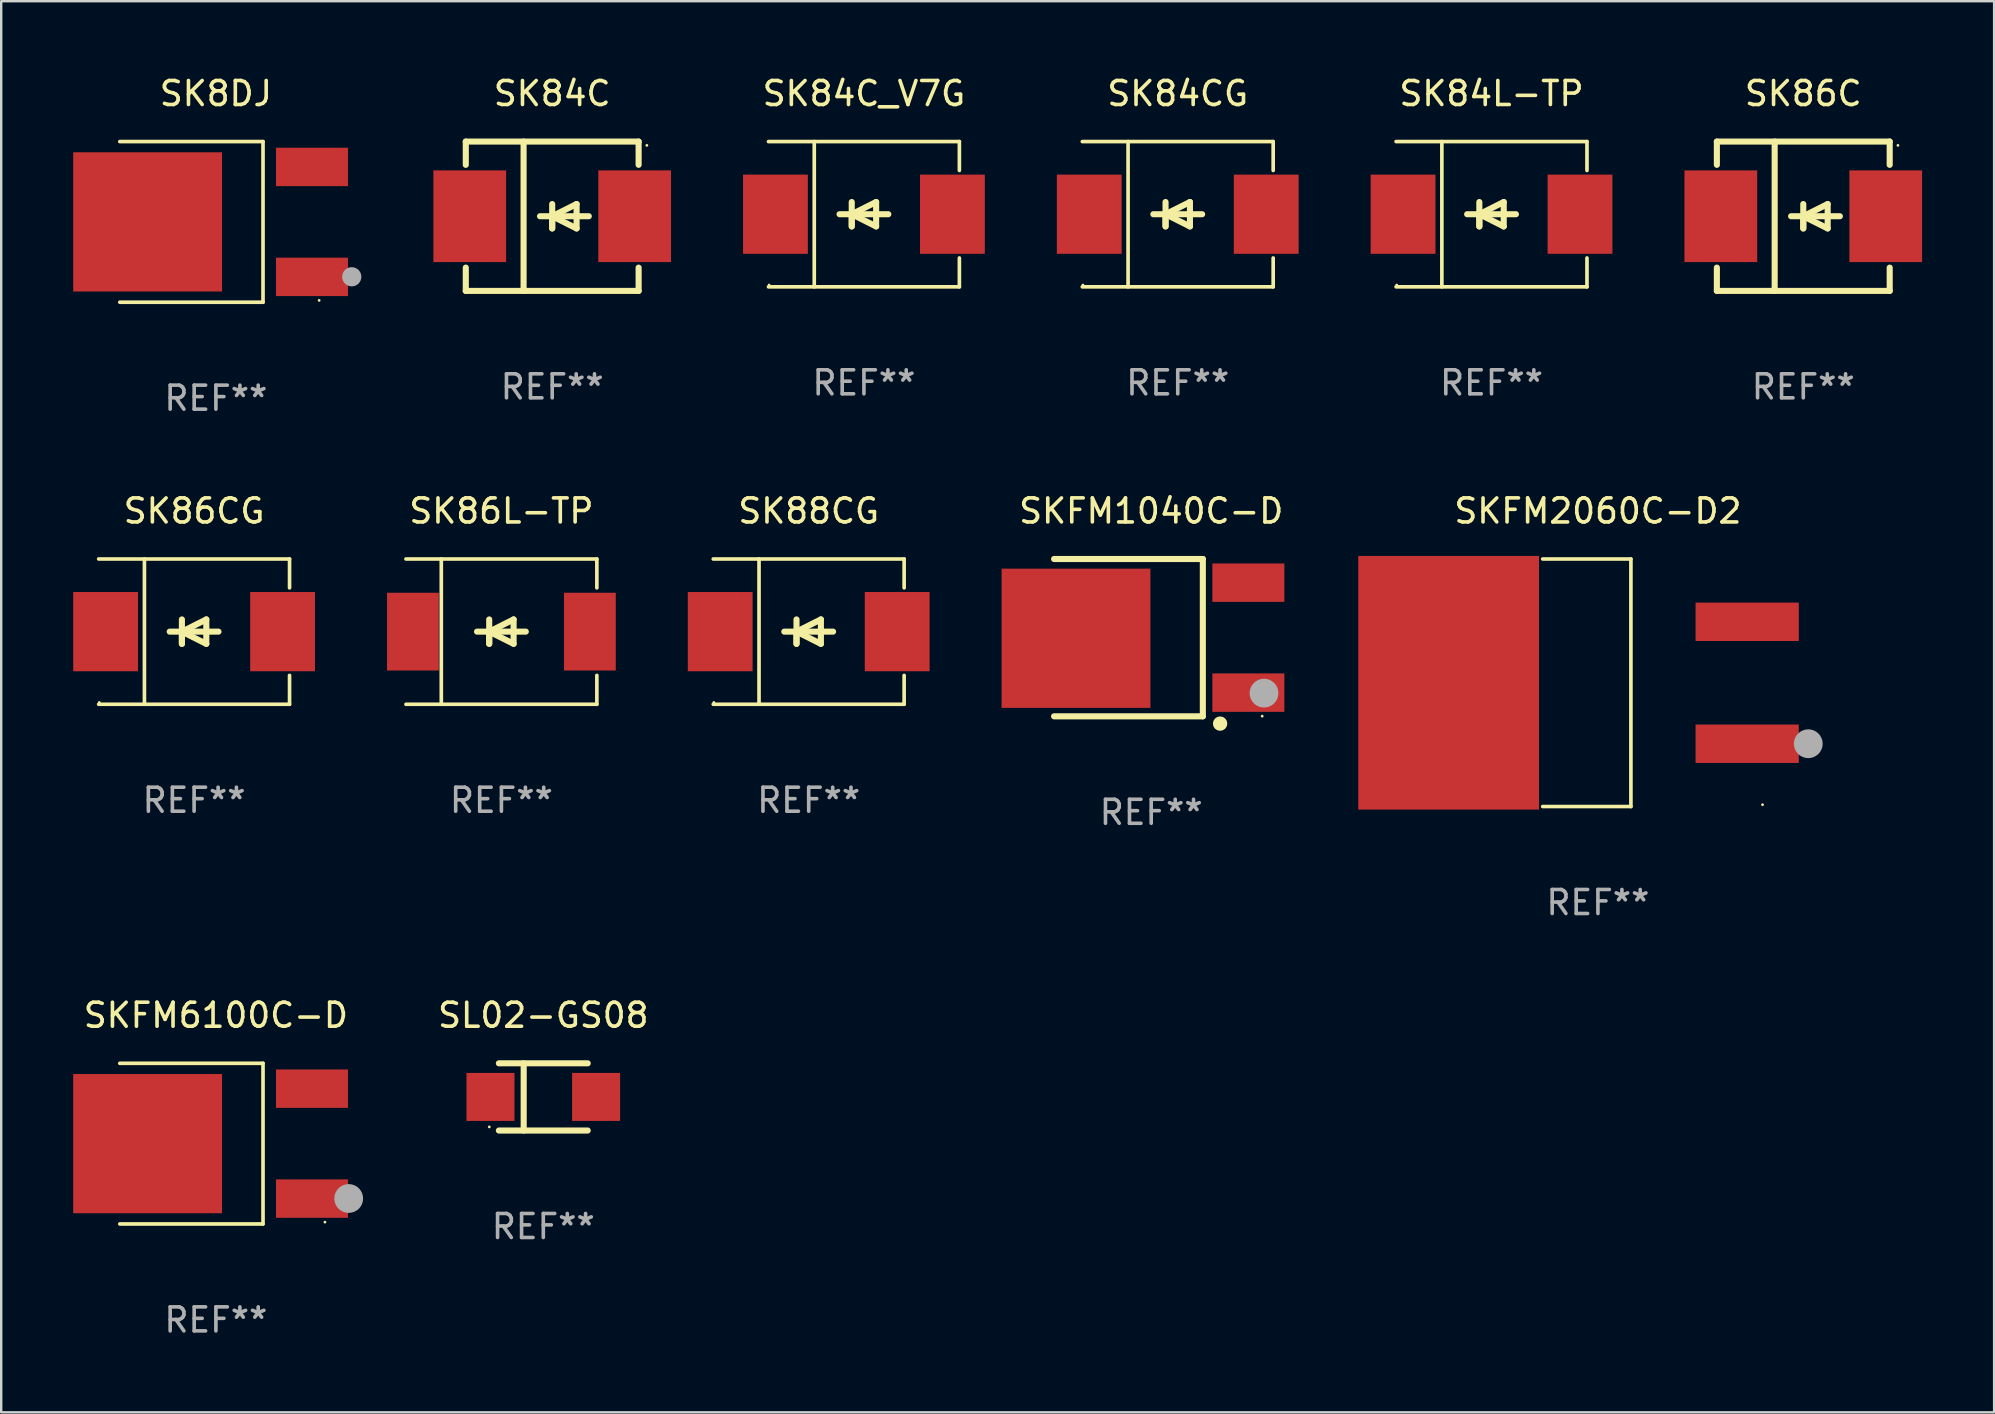
<source format=kicad_pcb>
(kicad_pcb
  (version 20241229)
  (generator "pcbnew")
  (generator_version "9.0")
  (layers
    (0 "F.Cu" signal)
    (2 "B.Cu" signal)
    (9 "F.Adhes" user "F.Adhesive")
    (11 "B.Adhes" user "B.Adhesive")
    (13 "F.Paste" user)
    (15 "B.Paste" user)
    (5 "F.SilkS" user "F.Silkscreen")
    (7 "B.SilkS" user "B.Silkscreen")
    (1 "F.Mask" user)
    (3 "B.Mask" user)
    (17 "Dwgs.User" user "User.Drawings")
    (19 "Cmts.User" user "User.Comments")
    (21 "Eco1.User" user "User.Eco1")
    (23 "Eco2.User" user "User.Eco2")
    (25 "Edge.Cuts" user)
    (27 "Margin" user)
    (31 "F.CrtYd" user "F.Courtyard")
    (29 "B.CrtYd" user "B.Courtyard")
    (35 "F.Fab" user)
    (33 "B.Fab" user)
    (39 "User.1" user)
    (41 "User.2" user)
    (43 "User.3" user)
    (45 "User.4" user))
  (footprint "SK86C"
    (layer "F.Cu")
    (at 72.072 5.958)
    (property "Reference" "SK86C" (at 0 -5.11 0) (layer "F.SilkS") (effects (font (size 1 1) (thickness 0.15))))
    (attr through_hole)
    (fp_line (start -3.6 -3.11) (end -3.6 -2.141) (stroke (width 0.254) (type solid)) (layer "F.SilkS"))
    (fp_line (start -3.6 -3.11) (end 3.6 -3.11) (stroke (width 0.254) (type solid)) (layer "F.SilkS"))
    (fp_line (start -3.6 2.141) (end -3.6 3.11) (stroke (width 0.254) (type solid)) (layer "F.SilkS"))
    (fp_line (start -3.6 3.11) (end 3.6 3.11) (stroke (width 0.254) (type solid)) (layer "F.SilkS"))
    (fp_line (start -1.192 -3.11) (end -1.192 3.11) (stroke (width 0.254) (type solid)) (layer "F.SilkS"))
    (fp_line (start 0 0) (end 0 0.508) (stroke (width 0.254) (type solid)) (layer "F.SilkS"))
    (fp_line (start 0 0) (end 1.016 0.508) (stroke (width 0.254) (type solid)) (layer "F.SilkS"))
    (fp_line (start 0 0.508) (end 0 -0.508) (stroke (width 0.254) (type solid)) (layer "F.SilkS"))
    (fp_line (start 1.016 -0.508) (end 0 0) (stroke (width 0.254) (type solid)) (layer "F.SilkS"))
    (fp_line (start 1.016 0.508) (end 1.016 -0.508) (stroke (width 0.254) (type solid)) (layer "F.SilkS"))
    (fp_line (start 1.524 0) (end -0.508 0) (stroke (width 0.254) (type solid)) (layer "F.SilkS"))
    (fp_line (start 3.6 -3.11) (end 3.6 -2.141) (stroke (width 0.254) (type solid)) (layer "F.SilkS"))
    (fp_line (start 3.6 2.141) (end 3.6 3.11) (stroke (width 0.254) (type solid)) (layer "F.SilkS"))
    (fp_circle (center 3.943 -2.952) (end 3.973 -2.952) (stroke (width 0.06) (type solid)) (fill no) (layer "F.SilkS"))
    (fp_text user "REF**" (at 0 7.11 0) (layer "F.Fab") (effects (font (size 1 1) (thickness 0.15))))
    (pad "1" smd rect (at 3.435 0 180) (size 3.03 3.82) (layers "F.Cu" "F.Mask" "F.Paste"))
    (pad "2" smd rect (at -3.435 0 180) (size 3.03 3.82) (layers "F.Cu" "F.Mask" "F.Paste")))
  (footprint "SK84C_V7G"
    (layer "F.Cu")
    (at 32.94 5.874)
    (property "Reference" "SK84C_V7G" (at 0 -5.026 0) (layer "F.SilkS") (effects (font (size 1 1) (thickness 0.15))))
    (attr through_hole)
    (fp_line (start -3.976 -3.026) (end 3.976 -3.026) (stroke (width 0.152) (type solid)) (layer "F.SilkS"))
    (fp_line (start -3.976 3.026) (end 3.976 3.026) (stroke (width 0.152) (type solid)) (layer "F.SilkS"))
    (fp_line (start -2.069 -3.026) (end -2.069 3.026) (stroke (width 0.152) (type solid)) (layer "F.SilkS"))
    (fp_line (start -0.508 0) (end -0.508 0.508) (stroke (width 0.254) (type solid)) (layer "F.SilkS"))
    (fp_line (start -0.508 0) (end 0.508 0.508) (stroke (width 0.254) (type solid)) (layer "F.SilkS"))
    (fp_line (start -0.508 0.508) (end -0.508 -0.508) (stroke (width 0.254) (type solid)) (layer "F.SilkS"))
    (fp_line (start 0.508 -0.508) (end -0.508 0) (stroke (width 0.254) (type solid)) (layer "F.SilkS"))
    (fp_line (start 0.508 0.508) (end 0.508 -0.508) (stroke (width 0.254) (type solid)) (layer "F.SilkS"))
    (fp_line (start 1.016 0) (end -1.016 0) (stroke (width 0.254) (type solid)) (layer "F.SilkS"))
    (fp_line (start 3.976 -3.026) (end 3.976 -1.823) (stroke (width 0.152) (type solid)) (layer "F.SilkS"))
    (fp_line (start 3.976 3.026) (end 3.976 1.823) (stroke (width 0.152) (type solid)) (layer "F.SilkS"))
    (fp_circle (center -3.95 2.95) (end -3.92 2.95) (stroke (width 0.06) (type solid)) (fill no) (layer "F.SilkS"))
    (fp_text user "REF**" (at 0 7.026 0) (layer "F.Fab") (effects (font (size 1 1) (thickness 0.15))))
    (pad "1" smd rect (at -3.686 0) (size 2.7 3.3) (layers "F.Cu" "F.Mask" "F.Paste"))
    (pad "2" smd rect (at 3.686 0) (size 2.7 3.3) (layers "F.Cu" "F.Mask" "F.Paste")))
  (footprint "SKFM2060C-D2"
    (layer "F.Cu")
    (at 63.517 25.393)
    (property "Reference" "SKFM2060C-D2" (at 0 -7.156 0) (layer "F.SilkS") (effects (font (size 1 1) (thickness 0.15))))
    (attr through_hole)
    (fp_line (start -2.3 -5.156) (end 1.374 -5.156) (stroke (width 0.152) (type solid)) (layer "F.SilkS"))
    (fp_line (start -2.3 5.156) (end 1.374 5.156) (stroke (width 0.152) (type solid)) (layer "F.SilkS"))
    (fp_line (start 1.374 5.156) (end 1.374 -5.156) (stroke (width 0.152) (type solid)) (layer "F.SilkS"))
    (fp_circle (center 6.858 5.08) (end 6.888 5.08) (stroke (width 0.06) (type solid)) (fill no) (layer "F.SilkS"))
    (fp_circle (center 8.763 2.54) (end 9.063 2.54) (stroke (width 0.6) (type solid)) (fill no) (layer "F.Fab"))
    (fp_text user "REF**" (at 0 9.156 0) (layer "F.Fab") (effects (font (size 1 1) (thickness 0.15))))
    (pad "1" smd rect (at 6.218 2.54 180) (size 4.3 1.6) (layers "F.Cu" "F.Mask" "F.Paste"))
    (pad "2" smd rect (at -6.218 0 180) (size 7.532 10.566) (layers "F.Cu" "F.Mask" "F.Paste"))
    (pad "3" smd rect (at 6.218 -2.54 180) (size 4.3 1.6) (layers "F.Cu" "F.Mask" "F.Paste")))
  (footprint "SK84CG"
    (layer "F.Cu")
    (at 46.013 5.874)
    (property "Reference" "SK84CG" (at 0 -5.026 0) (layer "F.SilkS") (effects (font (size 1 1) (thickness 0.15))))
    (attr through_hole)
    (fp_line (start -3.976 -3.026) (end 3.976 -3.026) (stroke (width 0.152) (type solid)) (layer "F.SilkS"))
    (fp_line (start -3.976 3.026) (end 3.976 3.026) (stroke (width 0.152) (type solid)) (layer "F.SilkS"))
    (fp_line (start -2.069 -3.026) (end -2.069 3.026) (stroke (width 0.152) (type solid)) (layer "F.SilkS"))
    (fp_line (start -0.508 0) (end -0.508 0.508) (stroke (width 0.254) (type solid)) (layer "F.SilkS"))
    (fp_line (start -0.508 0) (end 0.508 0.508) (stroke (width 0.254) (type solid)) (layer "F.SilkS"))
    (fp_line (start -0.508 0.508) (end -0.508 -0.508) (stroke (width 0.254) (type solid)) (layer "F.SilkS"))
    (fp_line (start 0.508 -0.508) (end -0.508 0) (stroke (width 0.254) (type solid)) (layer "F.SilkS"))
    (fp_line (start 0.508 0.508) (end 0.508 -0.508) (stroke (width 0.254) (type solid)) (layer "F.SilkS"))
    (fp_line (start 1.016 0) (end -1.016 0) (stroke (width 0.254) (type solid)) (layer "F.SilkS"))
    (fp_line (start 3.976 -3.026) (end 3.976 -1.823) (stroke (width 0.152) (type solid)) (layer "F.SilkS"))
    (fp_line (start 3.976 3.026) (end 3.976 1.823) (stroke (width 0.152) (type solid)) (layer "F.SilkS"))
    (fp_circle (center -3.95 2.95) (end -3.92 2.95) (stroke (width 0.06) (type solid)) (fill no) (layer "F.SilkS"))
    (fp_text user "REF**" (at 0 7.026 0) (layer "F.Fab") (effects (font (size 1 1) (thickness 0.15))))
    (pad "1" smd rect (at -3.686 0) (size 2.7 3.3) (layers "F.Cu" "F.Mask" "F.Paste"))
    (pad "2" smd rect (at 3.686 0) (size 2.7 3.3) (layers "F.Cu" "F.Mask" "F.Paste")))
  (footprint "SK86CG"
    (layer "F.Cu")
    (at 5.036 23.263)
    (property "Reference" "SK86CG" (at 0 -5.026 0) (layer "F.SilkS") (effects (font (size 1 1) (thickness 0.15))))
    (attr through_hole)
    (fp_line (start -3.976 -3.026) (end 3.976 -3.026) (stroke (width 0.152) (type solid)) (layer "F.SilkS"))
    (fp_line (start -3.976 3.026) (end 3.976 3.026) (stroke (width 0.152) (type solid)) (layer "F.SilkS"))
    (fp_line (start -2.069 -3.026) (end -2.069 3.026) (stroke (width 0.152) (type solid)) (layer "F.SilkS"))
    (fp_line (start -0.508 0) (end -0.508 0.508) (stroke (width 0.254) (type solid)) (layer "F.SilkS"))
    (fp_line (start -0.508 0) (end 0.508 0.508) (stroke (width 0.254) (type solid)) (layer "F.SilkS"))
    (fp_line (start -0.508 0.508) (end -0.508 -0.508) (stroke (width 0.254) (type solid)) (layer "F.SilkS"))
    (fp_line (start 0.508 -0.508) (end -0.508 0) (stroke (width 0.254) (type solid)) (layer "F.SilkS"))
    (fp_line (start 0.508 0.508) (end 0.508 -0.508) (stroke (width 0.254) (type solid)) (layer "F.SilkS"))
    (fp_line (start 1.016 0) (end -1.016 0) (stroke (width 0.254) (type solid)) (layer "F.SilkS"))
    (fp_line (start 3.976 -3.026) (end 3.976 -1.823) (stroke (width 0.152) (type solid)) (layer "F.SilkS"))
    (fp_line (start 3.976 3.026) (end 3.976 1.823) (stroke (width 0.152) (type solid)) (layer "F.SilkS"))
    (fp_circle (center -3.95 2.95) (end -3.92 2.95) (stroke (width 0.06) (type solid)) (fill no) (layer "F.SilkS"))
    (fp_text user "REF**" (at 0 7.026 0) (layer "F.Fab") (effects (font (size 1 1) (thickness 0.15))))
    (pad "1" smd rect (at -3.686 0) (size 2.7 3.3) (layers "F.Cu" "F.Mask" "F.Paste"))
    (pad "2" smd rect (at 3.686 0) (size 2.7 3.3) (layers "F.Cu" "F.Mask" "F.Paste")))
  (footprint "SKFM1040C-D"
    (layer "F.Cu")
    (at 44.908 23.514)
    (property "Reference" "SKFM1040C-D" (at 0 -5.277 0) (layer "F.SilkS") (effects (font (size 1 1) (thickness 0.15))))
    (attr through_hole)
    (fp_line (start -4.047 -3.277) (end 2.15 -3.277) (stroke (width 0.254) (type solid)) (layer "F.SilkS"))
    (fp_line (start 2.15 -3.277) (end 2.15 3.277) (stroke (width 0.254) (type solid)) (layer "F.SilkS"))
    (fp_line (start 2.15 3.277) (end -4.047 3.277) (stroke (width 0.254) (type solid)) (layer "F.SilkS"))
    (fp_circle (center 2.87 3.581) (end 3.02 3.581) (stroke (width 0.3) (type solid)) (fill no) (layer "F.SilkS"))
    (fp_circle (center 4.623 3.27) (end 4.653 3.27) (stroke (width 0.06) (type solid)) (fill no) (layer "F.SilkS"))
    (fp_circle (center 4.699 2.311) (end 4.999 2.311) (stroke (width 0.6) (type solid)) (fill no) (layer "F.Fab"))
    (fp_text user "REF**" (at 0 7.277 0) (layer "F.Fab") (effects (font (size 1 1) (thickness 0.15))))
    (pad "1" smd rect (at 4.047 2.29) (size 3 1.6) (layers "F.Cu" "F.Mask" "F.Paste"))
    (pad "3" smd rect (at 4.047 -2.29) (size 3 1.6) (layers "F.Cu" "F.Mask" "F.Paste"))
    (pad "4" smd rect (at -3.133 0.025) (size 6.2 5.8) (layers "F.Cu" "F.Mask" "F.Paste")))
  (footprint "SK88CG"
    (layer "F.Cu")
    (at 30.639 23.263)
    (property "Reference" "SK88CG" (at 0 -5.026 0) (layer "F.SilkS") (effects (font (size 1 1) (thickness 0.15))))
    (attr through_hole)
    (fp_line (start -3.976 -3.026) (end 3.976 -3.026) (stroke (width 0.152) (type solid)) (layer "F.SilkS"))
    (fp_line (start -3.976 3.026) (end 3.976 3.026) (stroke (width 0.152) (type solid)) (layer "F.SilkS"))
    (fp_line (start -2.069 -3.026) (end -2.069 3.026) (stroke (width 0.152) (type solid)) (layer "F.SilkS"))
    (fp_line (start -0.508 0) (end -0.508 0.508) (stroke (width 0.254) (type solid)) (layer "F.SilkS"))
    (fp_line (start -0.508 0) (end 0.508 0.508) (stroke (width 0.254) (type solid)) (layer "F.SilkS"))
    (fp_line (start -0.508 0.508) (end -0.508 -0.508) (stroke (width 0.254) (type solid)) (layer "F.SilkS"))
    (fp_line (start 0.508 -0.508) (end -0.508 0) (stroke (width 0.254) (type solid)) (layer "F.SilkS"))
    (fp_line (start 0.508 0.508) (end 0.508 -0.508) (stroke (width 0.254) (type solid)) (layer "F.SilkS"))
    (fp_line (start 1.016 0) (end -1.016 0) (stroke (width 0.254) (type solid)) (layer "F.SilkS"))
    (fp_line (start 3.976 -3.026) (end 3.976 -1.823) (stroke (width 0.152) (type solid)) (layer "F.SilkS"))
    (fp_line (start 3.976 3.026) (end 3.976 1.823) (stroke (width 0.152) (type solid)) (layer "F.SilkS"))
    (fp_circle (center -3.95 2.95) (end -3.92 2.95) (stroke (width 0.06) (type solid)) (fill no) (layer "F.SilkS"))
    (fp_text user "REF**" (at 0 7.026 0) (layer "F.Fab") (effects (font (size 1 1) (thickness 0.15))))
    (pad "1" smd rect (at -3.686 0) (size 2.7 3.3) (layers "F.Cu" "F.Mask" "F.Paste"))
    (pad "2" smd rect (at 3.686 0) (size 2.7 3.3) (layers "F.Cu" "F.Mask" "F.Paste")))
  (footprint "SK8DJ"
    (layer "F.Cu")
    (at 5.944 6.194)
    (property "Reference" "SK8DJ" (at 0 -5.346 0) (layer "F.SilkS") (effects (font (size 1 1) (thickness 0.15))))
    (attr through_hole)
    (fp_line (start -4.004 -3.346) (end 1.963 -3.346) (stroke (width 0.152) (type solid)) (layer "F.SilkS"))
    (fp_line (start -4.004 3.346) (end 1.963 3.346) (stroke (width 0.152) (type solid)) (layer "F.SilkS"))
    (fp_line (start 1.963 3.346) (end 1.963 -3.346) (stroke (width 0.152) (type solid)) (layer "F.SilkS"))
    (fp_circle (center 4.301 3.27) (end 4.331 3.27) (stroke (width 0.06) (type solid)) (fill no) (layer "F.SilkS"))
    (fp_circle (center 5.66 2.286) (end 5.86 2.286) (stroke (width 0.4) (type solid)) (fill no) (layer "F.Fab"))
    (fp_text user "REF**" (at 0 7.346 0) (layer "F.Fab") (effects (font (size 1 1) (thickness 0.15))))
    (pad "1" smd rect (at 4.003 2.29) (size 3 1.6) (layers "F.Cu" "F.Mask" "F.Paste"))
    (pad "2" smd rect (at -2.844 0) (size 6.2 5.8) (layers "F.Cu" "F.Mask" "F.Paste"))
    (pad "3" smd rect (at 4.004 -2.29) (size 3 1.6) (layers "F.Cu" "F.Mask" "F.Paste")))
  (footprint "SK84L-TP"
    (layer "F.Cu")
    (at 59.085 5.874)
    (property "Reference" "SK84L-TP" (at 0 -5.026 0) (layer "F.SilkS") (effects (font (size 1 1) (thickness 0.15))))
    (attr through_hole)
    (fp_line (start -3.976 -3.026) (end 3.976 -3.026) (stroke (width 0.152) (type solid)) (layer "F.SilkS"))
    (fp_line (start -3.976 3.026) (end 3.976 3.026) (stroke (width 0.152) (type solid)) (layer "F.SilkS"))
    (fp_line (start -2.069 -3.026) (end -2.069 3.026) (stroke (width 0.152) (type solid)) (layer "F.SilkS"))
    (fp_line (start -0.508 0) (end -0.508 0.508) (stroke (width 0.254) (type solid)) (layer "F.SilkS"))
    (fp_line (start -0.508 0) (end 0.508 0.508) (stroke (width 0.254) (type solid)) (layer "F.SilkS"))
    (fp_line (start -0.508 0.508) (end -0.508 -0.508) (stroke (width 0.254) (type solid)) (layer "F.SilkS"))
    (fp_line (start 0.508 -0.508) (end -0.508 0) (stroke (width 0.254) (type solid)) (layer "F.SilkS"))
    (fp_line (start 0.508 0.508) (end 0.508 -0.508) (stroke (width 0.254) (type solid)) (layer "F.SilkS"))
    (fp_line (start 1.016 0) (end -1.016 0) (stroke (width 0.254) (type solid)) (layer "F.SilkS"))
    (fp_line (start 3.976 -3.026) (end 3.976 -1.823) (stroke (width 0.152) (type solid)) (layer "F.SilkS"))
    (fp_line (start 3.976 3.026) (end 3.976 1.823) (stroke (width 0.152) (type solid)) (layer "F.SilkS"))
    (fp_circle (center -3.95 2.95) (end -3.92 2.95) (stroke (width 0.06) (type solid)) (fill no) (layer "F.SilkS"))
    (fp_text user "REF**" (at 0 7.026 0) (layer "F.Fab") (effects (font (size 1 1) (thickness 0.15))))
    (pad "1" smd rect (at -3.686 0) (size 2.7 3.3) (layers "F.Cu" "F.Mask" "F.Paste"))
    (pad "2" smd rect (at 3.686 0) (size 2.7 3.3) (layers "F.Cu" "F.Mask" "F.Paste")))
  (footprint "SK84C"
    (layer "F.Cu")
    (at 19.954 5.958)
    (property "Reference" "SK84C" (at 0 -5.11 0) (layer "F.SilkS") (effects (font (size 1 1) (thickness 0.15))))
    (attr through_hole)
    (fp_line (start -3.6 -3.11) (end -3.6 -2.141) (stroke (width 0.254) (type solid)) (layer "F.SilkS"))
    (fp_line (start -3.6 -3.11) (end 3.6 -3.11) (stroke (width 0.254) (type solid)) (layer "F.SilkS"))
    (fp_line (start -3.6 2.141) (end -3.6 3.11) (stroke (width 0.254) (type solid)) (layer "F.SilkS"))
    (fp_line (start -3.6 3.11) (end 3.6 3.11) (stroke (width 0.254) (type solid)) (layer "F.SilkS"))
    (fp_line (start -1.192 -3.11) (end -1.192 3.11) (stroke (width 0.254) (type solid)) (layer "F.SilkS"))
    (fp_line (start 0 0) (end 0 0.508) (stroke (width 0.254) (type solid)) (layer "F.SilkS"))
    (fp_line (start 0 0) (end 1.016 0.508) (stroke (width 0.254) (type solid)) (layer "F.SilkS"))
    (fp_line (start 0 0.508) (end 0 -0.508) (stroke (width 0.254) (type solid)) (layer "F.SilkS"))
    (fp_line (start 1.016 -0.508) (end 0 0) (stroke (width 0.254) (type solid)) (layer "F.SilkS"))
    (fp_line (start 1.016 0.508) (end 1.016 -0.508) (stroke (width 0.254) (type solid)) (layer "F.SilkS"))
    (fp_line (start 1.524 0) (end -0.508 0) (stroke (width 0.254) (type solid)) (layer "F.SilkS"))
    (fp_line (start 3.6 -3.11) (end 3.6 -2.141) (stroke (width 0.254) (type solid)) (layer "F.SilkS"))
    (fp_line (start 3.6 2.141) (end 3.6 3.11) (stroke (width 0.254) (type solid)) (layer "F.SilkS"))
    (fp_circle (center 3.943 -2.952) (end 3.973 -2.952) (stroke (width 0.06) (type solid)) (fill no) (layer "F.SilkS"))
    (fp_text user "REF**" (at 0 7.11 0) (layer "F.Fab") (effects (font (size 1 1) (thickness 0.15))))
    (pad "1" smd rect (at 3.435 0 180) (size 3.03 3.82) (layers "F.Cu" "F.Mask" "F.Paste"))
    (pad "2" smd rect (at -3.435 0 180) (size 3.03 3.82) (layers "F.Cu" "F.Mask" "F.Paste")))
  (footprint "SL02-GS08"
    (layer "F.Cu")
    (at 19.583 42.646)
    (property "Reference" "SL02-GS08" (at 0 -3.4 0) (layer "F.SilkS") (effects (font (size 1 1) (thickness 0.15))))
    (attr through_hole)
    (fp_line (start -1.85 -1.4) (end 1.85 -1.4) (stroke (width 0.254) (type solid)) (layer "F.SilkS"))
    (fp_line (start -1.85 1.4) (end 1.85 1.4) (stroke (width 0.254) (type solid)) (layer "F.SilkS"))
    (fp_line (start -0.817 -1.4) (end -0.817 1.4) (stroke (width 0.254) (type solid)) (layer "F.SilkS"))
    (fp_circle (center -2.25 1.25) (end -2.22 1.25) (stroke (width 0.06) (type solid)) (fill no) (layer "F.SilkS"))
    (fp_text user "REF**" (at 0 5.4 0) (layer "F.Fab") (effects (font (size 1 1) (thickness 0.15))))
    (pad "1" smd rect (at -2.2 -0.000013) (size 2 2) (layers "F.Cu" "F.Mask" "F.Paste"))
    (pad "2" smd rect (at 2.2 -0.000013) (size 2 2) (layers "F.Cu" "F.Mask" "F.Paste")))
  (footprint "SKFM6100C-D"
    (layer "F.Cu")
    (at 5.944 44.592)
    (property "Reference" "SKFM6100C-D" (at 0 -5.346 0) (layer "F.SilkS") (effects (font (size 1 1) (thickness 0.15))))
    (attr through_hole)
    (fp_line (start -4.004 -3.346) (end 1.963 -3.346) (stroke (width 0.152) (type solid)) (layer "F.SilkS"))
    (fp_line (start -4.004 3.346) (end 1.963 3.346) (stroke (width 0.152) (type solid)) (layer "F.SilkS"))
    (fp_line (start 1.963 3.346) (end 1.963 -3.346) (stroke (width 0.152) (type solid)) (layer "F.SilkS"))
    (fp_circle (center 4.542 3.27) (end 4.572 3.27) (stroke (width 0.06) (type solid)) (fill no) (layer "F.SilkS"))
    (fp_circle (center 5.533 2.286) (end 5.833 2.286) (stroke (width 0.6) (type solid)) (fill no) (layer "F.Fab"))
    (fp_text user "REF**" (at 0 7.346 0) (layer "F.Fab") (effects (font (size 1 1) (thickness 0.15))))
    (pad "1" smd rect (at 4.004 2.29) (size 3 1.6) (layers "F.Cu" "F.Mask" "F.Paste"))
    (pad "2" smd rect (at -2.844 0) (size 6.2 5.8) (layers "F.Cu" "F.Mask" "F.Paste"))
    (pad "3" smd rect (at 4.004 -2.29) (size 3 1.6) (layers "F.Cu" "F.Mask" "F.Paste")))
  (footprint "SK86L-TP"
    (layer "F.Cu")
    (at 17.838 23.263)
    (property "Reference" "SK86L-TP" (at 0 -5.026 0) (layer "F.SilkS") (effects (font (size 1 1) (thickness 0.15))))
    (attr through_hole)
    (fp_line (start -3.976 -3.026) (end 3.976 -3.026) (stroke (width 0.152) (type solid)) (layer "F.SilkS"))
    (fp_line (start -3.976 3.026) (end 3.976 3.026) (stroke (width 0.152) (type solid)) (layer "F.SilkS"))
    (fp_line (start -2.504 -3.026) (end -2.504 3.026) (stroke (width 0.152) (type solid)) (layer "F.SilkS"))
    (fp_line (start -0.508 0) (end -0.508 0.508) (stroke (width 0.254) (type solid)) (layer "F.SilkS"))
    (fp_line (start -0.508 0) (end 0.508 0.508) (stroke (width 0.254) (type solid)) (layer "F.SilkS"))
    (fp_line (start -0.508 0.508) (end -0.508 -0.508) (stroke (width 0.254) (type solid)) (layer "F.SilkS"))
    (fp_line (start 0.508 -0.508) (end -0.508 0) (stroke (width 0.254) (type solid)) (layer "F.SilkS"))
    (fp_line (start 0.508 0.508) (end 0.508 -0.508) (stroke (width 0.254) (type solid)) (layer "F.SilkS"))
    (fp_line (start 1.016 0) (end -1.016 0) (stroke (width 0.254) (type solid)) (layer "F.SilkS"))
    (fp_line (start 3.976 -3.026) (end 3.976 -1.823) (stroke (width 0.152) (type solid)) (layer "F.SilkS"))
    (fp_line (start 3.976 3.026) (end 3.976 1.823) (stroke (width 0.152) (type solid)) (layer "F.SilkS"))
    (fp_circle (center 3.95 -2.95) (end 3.98 -2.95) (stroke (width 0.06) (type solid)) (fill no) (layer "F.SilkS"))
    (fp_text user "REF**" (at 0 7.026 0) (layer "F.Fab") (effects (font (size 1 1) (thickness 0.15))))
    (pad "1" smd rect (at 3.686 0 180) (size 2.158 3.24) (layers "F.Cu" "F.Mask" "F.Paste"))
    (pad "2" smd rect (at -3.686 0 180) (size 2.158 3.24) (layers "F.Cu" "F.Mask" "F.Paste")))
  (gr_rect
    (start -3 -3)
    (end 80.022 55.787)
    (stroke (width 0.1) (type default))
    (fill no)
    (layer "Edge.Cuts")))
</source>
